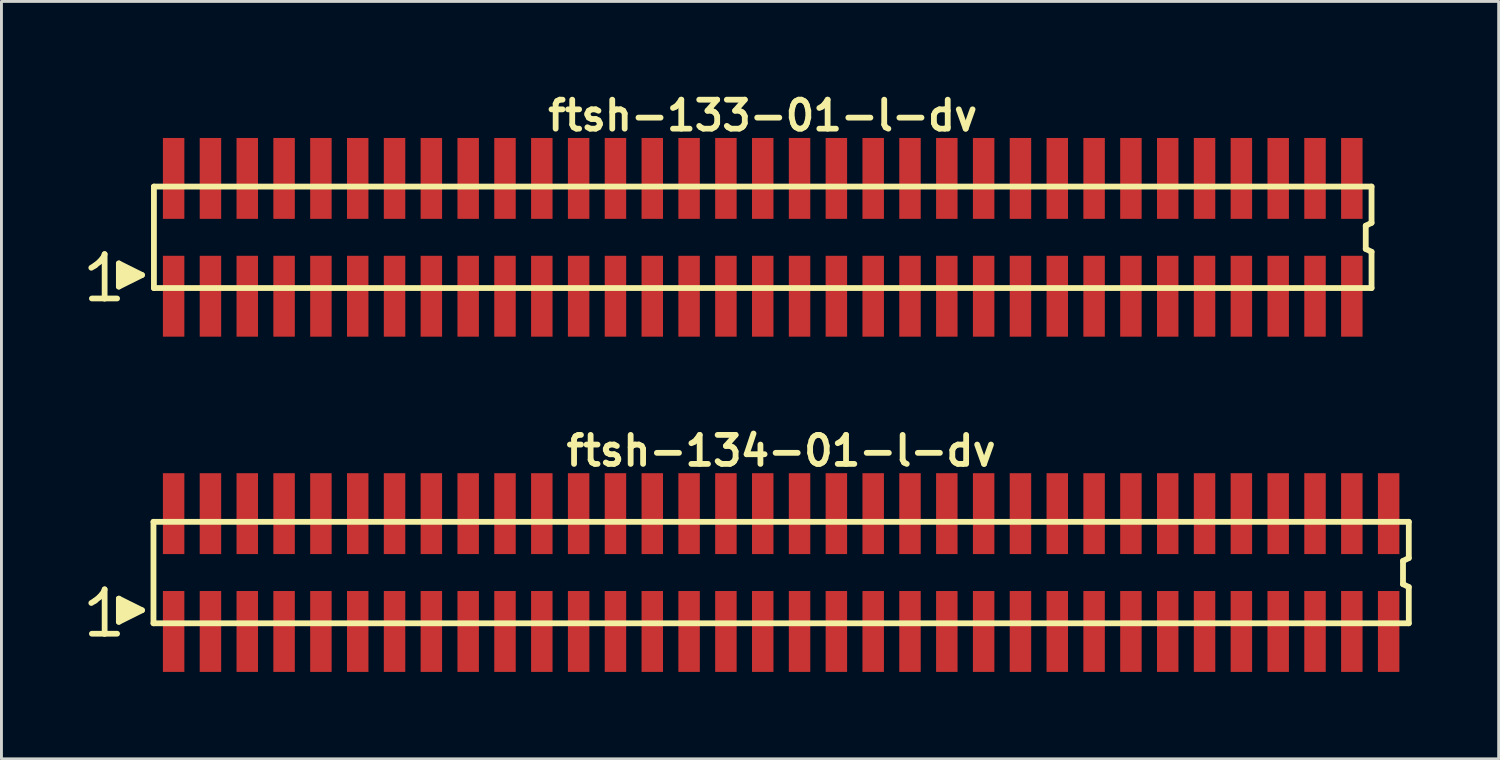
<source format=kicad_pcb>
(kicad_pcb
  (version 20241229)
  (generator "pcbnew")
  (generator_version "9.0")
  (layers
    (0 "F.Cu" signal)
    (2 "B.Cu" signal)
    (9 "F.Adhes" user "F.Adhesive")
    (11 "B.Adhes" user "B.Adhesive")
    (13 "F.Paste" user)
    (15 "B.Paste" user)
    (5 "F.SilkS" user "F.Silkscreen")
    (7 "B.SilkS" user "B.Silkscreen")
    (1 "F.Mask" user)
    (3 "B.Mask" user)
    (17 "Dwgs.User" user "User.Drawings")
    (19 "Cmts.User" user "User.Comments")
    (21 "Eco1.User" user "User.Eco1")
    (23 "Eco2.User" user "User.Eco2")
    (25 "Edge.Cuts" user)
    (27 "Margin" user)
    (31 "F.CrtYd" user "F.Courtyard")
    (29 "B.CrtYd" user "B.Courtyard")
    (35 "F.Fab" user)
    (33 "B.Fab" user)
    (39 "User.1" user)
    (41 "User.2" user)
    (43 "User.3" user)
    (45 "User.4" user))
  (footprint "ftsh-133-01-l-dv"
    (layer "F.Cu")
    (at 23.259 5.136)
    (property "Reference" "ftsh-133-01-l-dv" (at 0 -4.2 0) (layer "F.SilkS") (effects (font (size 1 1) (thickness 0.2))))
    (attr through_hole)
    (fp_line (start -23.16 1.05) (end -23.03 0.97) (stroke (width 0.198) (type solid)) (layer "F.SilkS"))
    (fp_line (start -23.03 0.97) (end -22.87 0.84) (stroke (width 0.198) (type solid)) (layer "F.SilkS"))
    (fp_line (start -22.87 0.84) (end -22.73 0.67) (stroke (width 0.198) (type solid)) (layer "F.SilkS"))
    (fp_line (start -22.73 0.67) (end -22.7 0.58) (stroke (width 0.198) (type solid)) (layer "F.SilkS"))
    (fp_line (start -22.7 0.58) (end -22.7 2.11) (stroke (width 0.198) (type solid)) (layer "F.SilkS"))
    (fp_line (start -22.7 2.11) (end -23.14 2.11) (stroke (width 0.198) (type solid)) (layer "F.SilkS"))
    (fp_line (start -22.27 2.11) (end -22.71 2.11) (stroke (width 0.198) (type solid)) (layer "F.SilkS"))
    (fp_line (start -22.21 0.9) (end -21.41 1.3) (stroke (width 0.198) (type solid)) (layer "F.SilkS"))
    (fp_line (start -22.21 1.7) (end -22.21 0.9) (stroke (width 0.198) (type solid)) (layer "F.SilkS"))
    (fp_line (start -22.11 1.6) (end -22.11 1) (stroke (width 0.198) (type solid)) (layer "F.SilkS"))
    (fp_line (start -22.01 1.1) (end -22.01 1.5) (stroke (width 0.198) (type solid)) (layer "F.SilkS"))
    (fp_line (start -21.91 1.5) (end -21.91 1.1) (stroke (width 0.198) (type solid)) (layer "F.SilkS"))
    (fp_line (start -21.81 1.2) (end -21.81 1.4) (stroke (width 0.198) (type solid)) (layer "F.SilkS"))
    (fp_line (start -21.71 1.4) (end -21.71 1.2) (stroke (width 0.198) (type solid)) (layer "F.SilkS"))
    (fp_line (start -21.41 1.3) (end -22.21 1.7) (stroke (width 0.198) (type solid)) (layer "F.SilkS"))
    (fp_line (start -21 -1.75) (end -21 1.75) (stroke (width 0.2) (type solid)) (layer "F.SilkS"))
    (fp_line (start -21 -1.75) (end 21 -1.75) (stroke (width 0.2) (type solid)) (layer "F.SilkS"))
    (fp_line (start -21 1.75) (end 21 1.75) (stroke (width 0.2) (type solid)) (layer "F.SilkS"))
    (fp_line (start 20.8 -0.4) (end 20.8 0.4) (stroke (width 0.2) (type solid)) (layer "F.SilkS"))
    (fp_line (start 20.8 0.4) (end 21 0.5) (stroke (width 0.2) (type solid)) (layer "F.SilkS"))
    (fp_line (start 21 -0.5) (end 20.8 -0.4) (stroke (width 0.2) (type solid)) (layer "F.SilkS"))
    (fp_line (start 21 -0.5) (end 21 -1.75) (stroke (width 0.2) (type solid)) (layer "F.SilkS"))
    (fp_line (start 21 0.5) (end 21 1.75) (stroke (width 0.2) (type solid)) (layer "F.SilkS"))
    (pad "1" smd rect (at -20.32 2.032) (size 0.74 2.79) (layers "F.Cu" "F.Mask" "F.Paste"))
    (pad "2" smd rect (at -20.32 -2.032) (size 0.74 2.79) (layers "F.Cu" "F.Mask" "F.Paste"))
    (pad "3" smd rect (at -19.05 2.032) (size 0.74 2.79) (layers "F.Cu" "F.Mask" "F.Paste"))
    (pad "4" smd rect (at -19.05 -2.032) (size 0.74 2.79) (layers "F.Cu" "F.Mask" "F.Paste"))
    (pad "5" smd rect (at -17.78 2.032) (size 0.74 2.79) (layers "F.Cu" "F.Mask" "F.Paste"))
    (pad "6" smd rect (at -17.78 -2.032) (size 0.74 2.79) (layers "F.Cu" "F.Mask" "F.Paste"))
    (pad "7" smd rect (at -16.51 2.032) (size 0.74 2.79) (layers "F.Cu" "F.Mask" "F.Paste"))
    (pad "8" smd rect (at -16.51 -2.032) (size 0.74 2.79) (layers "F.Cu" "F.Mask" "F.Paste"))
    (pad "9" smd rect (at -15.24 2.032) (size 0.74 2.79) (layers "F.Cu" "F.Mask" "F.Paste"))
    (pad "10" smd rect (at -15.24 -2.032) (size 0.74 2.79) (layers "F.Cu" "F.Mask" "F.Paste"))
    (pad "11" smd rect (at -13.97 2.032) (size 0.74 2.79) (layers "F.Cu" "F.Mask" "F.Paste"))
    (pad "12" smd rect (at -13.97 -2.032) (size 0.74 2.79) (layers "F.Cu" "F.Mask" "F.Paste"))
    (pad "13" smd rect (at -12.7 2.032) (size 0.74 2.79) (layers "F.Cu" "F.Mask" "F.Paste"))
    (pad "14" smd rect (at -12.7 -2.032) (size 0.74 2.79) (layers "F.Cu" "F.Mask" "F.Paste"))
    (pad "15" smd rect (at -11.43 2.032) (size 0.74 2.79) (layers "F.Cu" "F.Mask" "F.Paste"))
    (pad "16" smd rect (at -11.43 -2.032) (size 0.74 2.79) (layers "F.Cu" "F.Mask" "F.Paste"))
    (pad "17" smd rect (at -10.16 2.032) (size 0.74 2.79) (layers "F.Cu" "F.Mask" "F.Paste"))
    (pad "18" smd rect (at -10.16 -2.032) (size 0.74 2.79) (layers "F.Cu" "F.Mask" "F.Paste"))
    (pad "19" smd rect (at -8.89 2.032) (size 0.74 2.79) (layers "F.Cu" "F.Mask" "F.Paste"))
    (pad "20" smd rect (at -8.89 -2.032) (size 0.74 2.79) (layers "F.Cu" "F.Mask" "F.Paste"))
    (pad "21" smd rect (at -7.62 2.032) (size 0.74 2.79) (layers "F.Cu" "F.Mask" "F.Paste"))
    (pad "22" smd rect (at -7.62 -2.032) (size 0.74 2.79) (layers "F.Cu" "F.Mask" "F.Paste"))
    (pad "23" smd rect (at -6.35 2.032) (size 0.74 2.79) (layers "F.Cu" "F.Mask" "F.Paste"))
    (pad "24" smd rect (at -6.35 -2.032) (size 0.74 2.79) (layers "F.Cu" "F.Mask" "F.Paste"))
    (pad "25" smd rect (at -5.08 2.032) (size 0.74 2.79) (layers "F.Cu" "F.Mask" "F.Paste"))
    (pad "26" smd rect (at -5.08 -2.032) (size 0.74 2.79) (layers "F.Cu" "F.Mask" "F.Paste"))
    (pad "27" smd rect (at -3.81 2.032) (size 0.74 2.79) (layers "F.Cu" "F.Mask" "F.Paste"))
    (pad "28" smd rect (at -3.81 -2.032) (size 0.74 2.79) (layers "F.Cu" "F.Mask" "F.Paste"))
    (pad "29" smd rect (at -2.54 2.032) (size 0.74 2.79) (layers "F.Cu" "F.Mask" "F.Paste"))
    (pad "30" smd rect (at -2.54 -2.032) (size 0.74 2.79) (layers "F.Cu" "F.Mask" "F.Paste"))
    (pad "31" smd rect (at -1.27 2.032) (size 0.74 2.79) (layers "F.Cu" "F.Mask" "F.Paste"))
    (pad "32" smd rect (at -1.27 -2.032) (size 0.74 2.79) (layers "F.Cu" "F.Mask" "F.Paste"))
    (pad "33" smd rect (at 0 2.032) (size 0.74 2.79) (layers "F.Cu" "F.Mask" "F.Paste"))
    (pad "34" smd rect (at 0 -2.032) (size 0.74 2.79) (layers "F.Cu" "F.Mask" "F.Paste"))
    (pad "35" smd rect (at 1.27 2.032) (size 0.74 2.79) (layers "F.Cu" "F.Mask" "F.Paste"))
    (pad "36" smd rect (at 1.27 -2.032) (size 0.74 2.79) (layers "F.Cu" "F.Mask" "F.Paste"))
    (pad "37" smd rect (at 2.54 2.032) (size 0.74 2.79) (layers "F.Cu" "F.Mask" "F.Paste"))
    (pad "38" smd rect (at 2.54 -2.032) (size 0.74 2.79) (layers "F.Cu" "F.Mask" "F.Paste"))
    (pad "39" smd rect (at 3.81 2.032) (size 0.74 2.79) (layers "F.Cu" "F.Mask" "F.Paste"))
    (pad "40" smd rect (at 3.81 -2.032) (size 0.74 2.79) (layers "F.Cu" "F.Mask" "F.Paste"))
    (pad "41" smd rect (at 5.08 2.032) (size 0.74 2.79) (layers "F.Cu" "F.Mask" "F.Paste"))
    (pad "42" smd rect (at 5.08 -2.032) (size 0.74 2.79) (layers "F.Cu" "F.Mask" "F.Paste"))
    (pad "43" smd rect (at 6.35 2.032) (size 0.74 2.79) (layers "F.Cu" "F.Mask" "F.Paste"))
    (pad "44" smd rect (at 6.35 -2.032) (size 0.74 2.79) (layers "F.Cu" "F.Mask" "F.Paste"))
    (pad "45" smd rect (at 7.62 2.032) (size 0.74 2.79) (layers "F.Cu" "F.Mask" "F.Paste"))
    (pad "46" smd rect (at 7.62 -2.032) (size 0.74 2.79) (layers "F.Cu" "F.Mask" "F.Paste"))
    (pad "47" smd rect (at 8.89 2.032) (size 0.74 2.79) (layers "F.Cu" "F.Mask" "F.Paste"))
    (pad "48" smd rect (at 8.89 -2.032) (size 0.74 2.79) (layers "F.Cu" "F.Mask" "F.Paste"))
    (pad "49" smd rect (at 10.16 2.032) (size 0.74 2.79) (layers "F.Cu" "F.Mask" "F.Paste"))
    (pad "50" smd rect (at 10.16 -2.032) (size 0.74 2.79) (layers "F.Cu" "F.Mask" "F.Paste"))
    (pad "51" smd rect (at 11.43 2.032) (size 0.74 2.79) (layers "F.Cu" "F.Mask" "F.Paste"))
    (pad "52" smd rect (at 11.43 -2.032) (size 0.74 2.79) (layers "F.Cu" "F.Mask" "F.Paste"))
    (pad "53" smd rect (at 12.7 2.032) (size 0.74 2.79) (layers "F.Cu" "F.Mask" "F.Paste"))
    (pad "54" smd rect (at 12.7 -2.032) (size 0.74 2.79) (layers "F.Cu" "F.Mask" "F.Paste"))
    (pad "55" smd rect (at 13.97 2.032) (size 0.74 2.79) (layers "F.Cu" "F.Mask" "F.Paste"))
    (pad "56" smd rect (at 13.97 -2.032) (size 0.74 2.79) (layers "F.Cu" "F.Mask" "F.Paste"))
    (pad "57" smd rect (at 15.24 2.032) (size 0.74 2.79) (layers "F.Cu" "F.Mask" "F.Paste"))
    (pad "58" smd rect (at 15.24 -2.032) (size 0.74 2.79) (layers "F.Cu" "F.Mask" "F.Paste"))
    (pad "59" smd rect (at 16.51 2.032) (size 0.74 2.79) (layers "F.Cu" "F.Mask" "F.Paste"))
    (pad "60" smd rect (at 16.51 -2.032) (size 0.74 2.79) (layers "F.Cu" "F.Mask" "F.Paste"))
    (pad "61" smd rect (at 17.78 2.032) (size 0.74 2.79) (layers "F.Cu" "F.Mask" "F.Paste"))
    (pad "62" smd rect (at 17.78 -2.032) (size 0.74 2.79) (layers "F.Cu" "F.Mask" "F.Paste"))
    (pad "63" smd rect (at 19.05 2.032) (size 0.74 2.79) (layers "F.Cu" "F.Mask" "F.Paste"))
    (pad "64" smd rect (at 19.05 -2.032) (size 0.74 2.79) (layers "F.Cu" "F.Mask" "F.Paste"))
    (pad "65" smd rect (at 20.32 2.032) (size 0.74 2.79) (layers "F.Cu" "F.Mask" "F.Paste"))
    (pad "66" smd rect (at 20.32 -2.032) (size 0.74 2.79) (layers "F.Cu" "F.Mask" "F.Paste")))
  (footprint "ftsh-134-01-l-dv"
    (layer "F.Cu")
    (at 23.894 16.699)
    (property "Reference" "ftsh-134-01-l-dv" (at 0 -4.2 0) (layer "F.SilkS") (effects (font (size 1 1) (thickness 0.2))))
    (attr through_hole)
    (fp_line (start -23.795 1.05) (end -23.665 0.97) (stroke (width 0.198) (type solid)) (layer "F.SilkS"))
    (fp_line (start -23.665 0.97) (end -23.505 0.84) (stroke (width 0.198) (type solid)) (layer "F.SilkS"))
    (fp_line (start -23.505 0.84) (end -23.365 0.67) (stroke (width 0.198) (type solid)) (layer "F.SilkS"))
    (fp_line (start -23.365 0.67) (end -23.335 0.58) (stroke (width 0.198) (type solid)) (layer "F.SilkS"))
    (fp_line (start -23.335 0.58) (end -23.335 2.11) (stroke (width 0.198) (type solid)) (layer "F.SilkS"))
    (fp_line (start -23.335 2.11) (end -23.775 2.11) (stroke (width 0.198) (type solid)) (layer "F.SilkS"))
    (fp_line (start -22.905 2.11) (end -23.345 2.11) (stroke (width 0.198) (type solid)) (layer "F.SilkS"))
    (fp_line (start -22.845 0.9) (end -22.045 1.3) (stroke (width 0.198) (type solid)) (layer "F.SilkS"))
    (fp_line (start -22.845 1.7) (end -22.845 0.9) (stroke (width 0.198) (type solid)) (layer "F.SilkS"))
    (fp_line (start -22.745 1.6) (end -22.745 1) (stroke (width 0.198) (type solid)) (layer "F.SilkS"))
    (fp_line (start -22.645 1.1) (end -22.645 1.5) (stroke (width 0.198) (type solid)) (layer "F.SilkS"))
    (fp_line (start -22.545 1.5) (end -22.545 1.1) (stroke (width 0.198) (type solid)) (layer "F.SilkS"))
    (fp_line (start -22.445 1.2) (end -22.445 1.4) (stroke (width 0.198) (type solid)) (layer "F.SilkS"))
    (fp_line (start -22.345 1.4) (end -22.345 1.2) (stroke (width 0.198) (type solid)) (layer "F.SilkS"))
    (fp_line (start -22.045 1.3) (end -22.845 1.7) (stroke (width 0.198) (type solid)) (layer "F.SilkS"))
    (fp_line (start -21.65 -1.75) (end -21.65 1.75) (stroke (width 0.2) (type solid)) (layer "F.SilkS"))
    (fp_line (start -21.65 -1.75) (end 21.65 -1.75) (stroke (width 0.2) (type solid)) (layer "F.SilkS"))
    (fp_line (start -21.65 1.75) (end 21.65 1.75) (stroke (width 0.2) (type solid)) (layer "F.SilkS"))
    (fp_line (start 21.45 -0.4) (end 21.45 0.4) (stroke (width 0.2) (type solid)) (layer "F.SilkS"))
    (fp_line (start 21.45 0.4) (end 21.65 0.5) (stroke (width 0.2) (type solid)) (layer "F.SilkS"))
    (fp_line (start 21.65 -0.5) (end 21.45 -0.4) (stroke (width 0.2) (type solid)) (layer "F.SilkS"))
    (fp_line (start 21.65 -0.5) (end 21.65 -1.75) (stroke (width 0.2) (type solid)) (layer "F.SilkS"))
    (fp_line (start 21.65 0.5) (end 21.65 1.75) (stroke (width 0.2) (type solid)) (layer "F.SilkS"))
    (pad "1" smd rect (at -20.955 2.032) (size 0.74 2.79) (layers "F.Cu" "F.Mask" "F.Paste"))
    (pad "2" smd rect (at -20.955 -2.032) (size 0.74 2.79) (layers "F.Cu" "F.Mask" "F.Paste"))
    (pad "3" smd rect (at -19.685 2.032) (size 0.74 2.79) (layers "F.Cu" "F.Mask" "F.Paste"))
    (pad "4" smd rect (at -19.685 -2.032) (size 0.74 2.79) (layers "F.Cu" "F.Mask" "F.Paste"))
    (pad "5" smd rect (at -18.415 2.032) (size 0.74 2.79) (layers "F.Cu" "F.Mask" "F.Paste"))
    (pad "6" smd rect (at -18.415 -2.032) (size 0.74 2.79) (layers "F.Cu" "F.Mask" "F.Paste"))
    (pad "7" smd rect (at -17.145 2.032) (size 0.74 2.79) (layers "F.Cu" "F.Mask" "F.Paste"))
    (pad "8" smd rect (at -17.145 -2.032) (size 0.74 2.79) (layers "F.Cu" "F.Mask" "F.Paste"))
    (pad "9" smd rect (at -15.875 2.032) (size 0.74 2.79) (layers "F.Cu" "F.Mask" "F.Paste"))
    (pad "10" smd rect (at -15.875 -2.032) (size 0.74 2.79) (layers "F.Cu" "F.Mask" "F.Paste"))
    (pad "11" smd rect (at -14.605 2.032) (size 0.74 2.79) (layers "F.Cu" "F.Mask" "F.Paste"))
    (pad "12" smd rect (at -14.605 -2.032) (size 0.74 2.79) (layers "F.Cu" "F.Mask" "F.Paste"))
    (pad "13" smd rect (at -13.335 2.032) (size 0.74 2.79) (layers "F.Cu" "F.Mask" "F.Paste"))
    (pad "14" smd rect (at -13.335 -2.032) (size 0.74 2.79) (layers "F.Cu" "F.Mask" "F.Paste"))
    (pad "15" smd rect (at -12.065 2.032) (size 0.74 2.79) (layers "F.Cu" "F.Mask" "F.Paste"))
    (pad "16" smd rect (at -12.065 -2.032) (size 0.74 2.79) (layers "F.Cu" "F.Mask" "F.Paste"))
    (pad "17" smd rect (at -10.795 2.032) (size 0.74 2.79) (layers "F.Cu" "F.Mask" "F.Paste"))
    (pad "18" smd rect (at -10.795 -2.032) (size 0.74 2.79) (layers "F.Cu" "F.Mask" "F.Paste"))
    (pad "19" smd rect (at -9.525 2.032) (size 0.74 2.79) (layers "F.Cu" "F.Mask" "F.Paste"))
    (pad "20" smd rect (at -9.525 -2.032) (size 0.74 2.79) (layers "F.Cu" "F.Mask" "F.Paste"))
    (pad "21" smd rect (at -8.255 2.032) (size 0.74 2.79) (layers "F.Cu" "F.Mask" "F.Paste"))
    (pad "22" smd rect (at -8.255 -2.032) (size 0.74 2.79) (layers "F.Cu" "F.Mask" "F.Paste"))
    (pad "23" smd rect (at -6.985 2.032) (size 0.74 2.79) (layers "F.Cu" "F.Mask" "F.Paste"))
    (pad "24" smd rect (at -6.985 -2.032) (size 0.74 2.79) (layers "F.Cu" "F.Mask" "F.Paste"))
    (pad "25" smd rect (at -5.715 2.032) (size 0.74 2.79) (layers "F.Cu" "F.Mask" "F.Paste"))
    (pad "26" smd rect (at -5.715 -2.032) (size 0.74 2.79) (layers "F.Cu" "F.Mask" "F.Paste"))
    (pad "27" smd rect (at -4.445 2.032) (size 0.74 2.79) (layers "F.Cu" "F.Mask" "F.Paste"))
    (pad "28" smd rect (at -4.445 -2.032) (size 0.74 2.79) (layers "F.Cu" "F.Mask" "F.Paste"))
    (pad "29" smd rect (at -3.175 2.032) (size 0.74 2.79) (layers "F.Cu" "F.Mask" "F.Paste"))
    (pad "30" smd rect (at -3.175 -2.032) (size 0.74 2.79) (layers "F.Cu" "F.Mask" "F.Paste"))
    (pad "31" smd rect (at -1.905 2.032) (size 0.74 2.79) (layers "F.Cu" "F.Mask" "F.Paste"))
    (pad "32" smd rect (at -1.905 -2.032) (size 0.74 2.79) (layers "F.Cu" "F.Mask" "F.Paste"))
    (pad "33" smd rect (at -0.635 2.032) (size 0.74 2.79) (layers "F.Cu" "F.Mask" "F.Paste"))
    (pad "34" smd rect (at -0.635 -2.032) (size 0.74 2.79) (layers "F.Cu" "F.Mask" "F.Paste"))
    (pad "35" smd rect (at 0.635 2.032) (size 0.74 2.79) (layers "F.Cu" "F.Mask" "F.Paste"))
    (pad "36" smd rect (at 0.635 -2.032) (size 0.74 2.79) (layers "F.Cu" "F.Mask" "F.Paste"))
    (pad "37" smd rect (at 1.905 2.032) (size 0.74 2.79) (layers "F.Cu" "F.Mask" "F.Paste"))
    (pad "38" smd rect (at 1.905 -2.032) (size 0.74 2.79) (layers "F.Cu" "F.Mask" "F.Paste"))
    (pad "39" smd rect (at 3.175 2.032) (size 0.74 2.79) (layers "F.Cu" "F.Mask" "F.Paste"))
    (pad "40" smd rect (at 3.175 -2.032) (size 0.74 2.79) (layers "F.Cu" "F.Mask" "F.Paste"))
    (pad "41" smd rect (at 4.445 2.032) (size 0.74 2.79) (layers "F.Cu" "F.Mask" "F.Paste"))
    (pad "42" smd rect (at 4.445 -2.032) (size 0.74 2.79) (layers "F.Cu" "F.Mask" "F.Paste"))
    (pad "43" smd rect (at 5.715 2.032) (size 0.74 2.79) (layers "F.Cu" "F.Mask" "F.Paste"))
    (pad "44" smd rect (at 5.715 -2.032) (size 0.74 2.79) (layers "F.Cu" "F.Mask" "F.Paste"))
    (pad "45" smd rect (at 6.985 2.032) (size 0.74 2.79) (layers "F.Cu" "F.Mask" "F.Paste"))
    (pad "46" smd rect (at 6.985 -2.032) (size 0.74 2.79) (layers "F.Cu" "F.Mask" "F.Paste"))
    (pad "47" smd rect (at 8.255 2.032) (size 0.74 2.79) (layers "F.Cu" "F.Mask" "F.Paste"))
    (pad "48" smd rect (at 8.255 -2.032) (size 0.74 2.79) (layers "F.Cu" "F.Mask" "F.Paste"))
    (pad "49" smd rect (at 9.525 2.032) (size 0.74 2.79) (layers "F.Cu" "F.Mask" "F.Paste"))
    (pad "50" smd rect (at 9.525 -2.032) (size 0.74 2.79) (layers "F.Cu" "F.Mask" "F.Paste"))
    (pad "51" smd rect (at 10.795 2.032) (size 0.74 2.79) (layers "F.Cu" "F.Mask" "F.Paste"))
    (pad "52" smd rect (at 10.795 -2.032) (size 0.74 2.79) (layers "F.Cu" "F.Mask" "F.Paste"))
    (pad "53" smd rect (at 12.065 2.032) (size 0.74 2.79) (layers "F.Cu" "F.Mask" "F.Paste"))
    (pad "54" smd rect (at 12.065 -2.032) (size 0.74 2.79) (layers "F.Cu" "F.Mask" "F.Paste"))
    (pad "55" smd rect (at 13.335 2.032) (size 0.74 2.79) (layers "F.Cu" "F.Mask" "F.Paste"))
    (pad "56" smd rect (at 13.335 -2.032) (size 0.74 2.79) (layers "F.Cu" "F.Mask" "F.Paste"))
    (pad "57" smd rect (at 14.605 2.032) (size 0.74 2.79) (layers "F.Cu" "F.Mask" "F.Paste"))
    (pad "58" smd rect (at 14.605 -2.032) (size 0.74 2.79) (layers "F.Cu" "F.Mask" "F.Paste"))
    (pad "59" smd rect (at 15.875 2.032) (size 0.74 2.79) (layers "F.Cu" "F.Mask" "F.Paste"))
    (pad "60" smd rect (at 15.875 -2.032) (size 0.74 2.79) (layers "F.Cu" "F.Mask" "F.Paste"))
    (pad "61" smd rect (at 17.145 2.032) (size 0.74 2.79) (layers "F.Cu" "F.Mask" "F.Paste"))
    (pad "62" smd rect (at 17.145 -2.032) (size 0.74 2.79) (layers "F.Cu" "F.Mask" "F.Paste"))
    (pad "63" smd rect (at 18.415 2.032) (size 0.74 2.79) (layers "F.Cu" "F.Mask" "F.Paste"))
    (pad "64" smd rect (at 18.415 -2.032) (size 0.74 2.79) (layers "F.Cu" "F.Mask" "F.Paste"))
    (pad "65" smd rect (at 19.685 2.032) (size 0.74 2.79) (layers "F.Cu" "F.Mask" "F.Paste"))
    (pad "66" smd rect (at 19.685 -2.032) (size 0.74 2.79) (layers "F.Cu" "F.Mask" "F.Paste"))
    (pad "67" smd rect (at 20.955 2.032) (size 0.74 2.79) (layers "F.Cu" "F.Mask" "F.Paste"))
    (pad "68" smd rect (at 20.955 -2.032) (size 0.74 2.79) (layers "F.Cu" "F.Mask" "F.Paste")))
  (gr_rect
    (start -3 -3)
    (end 48.644 23.126)
    (stroke (width 0.1) (type default))
    (fill no)
    (layer "Edge.Cuts")))
</source>
